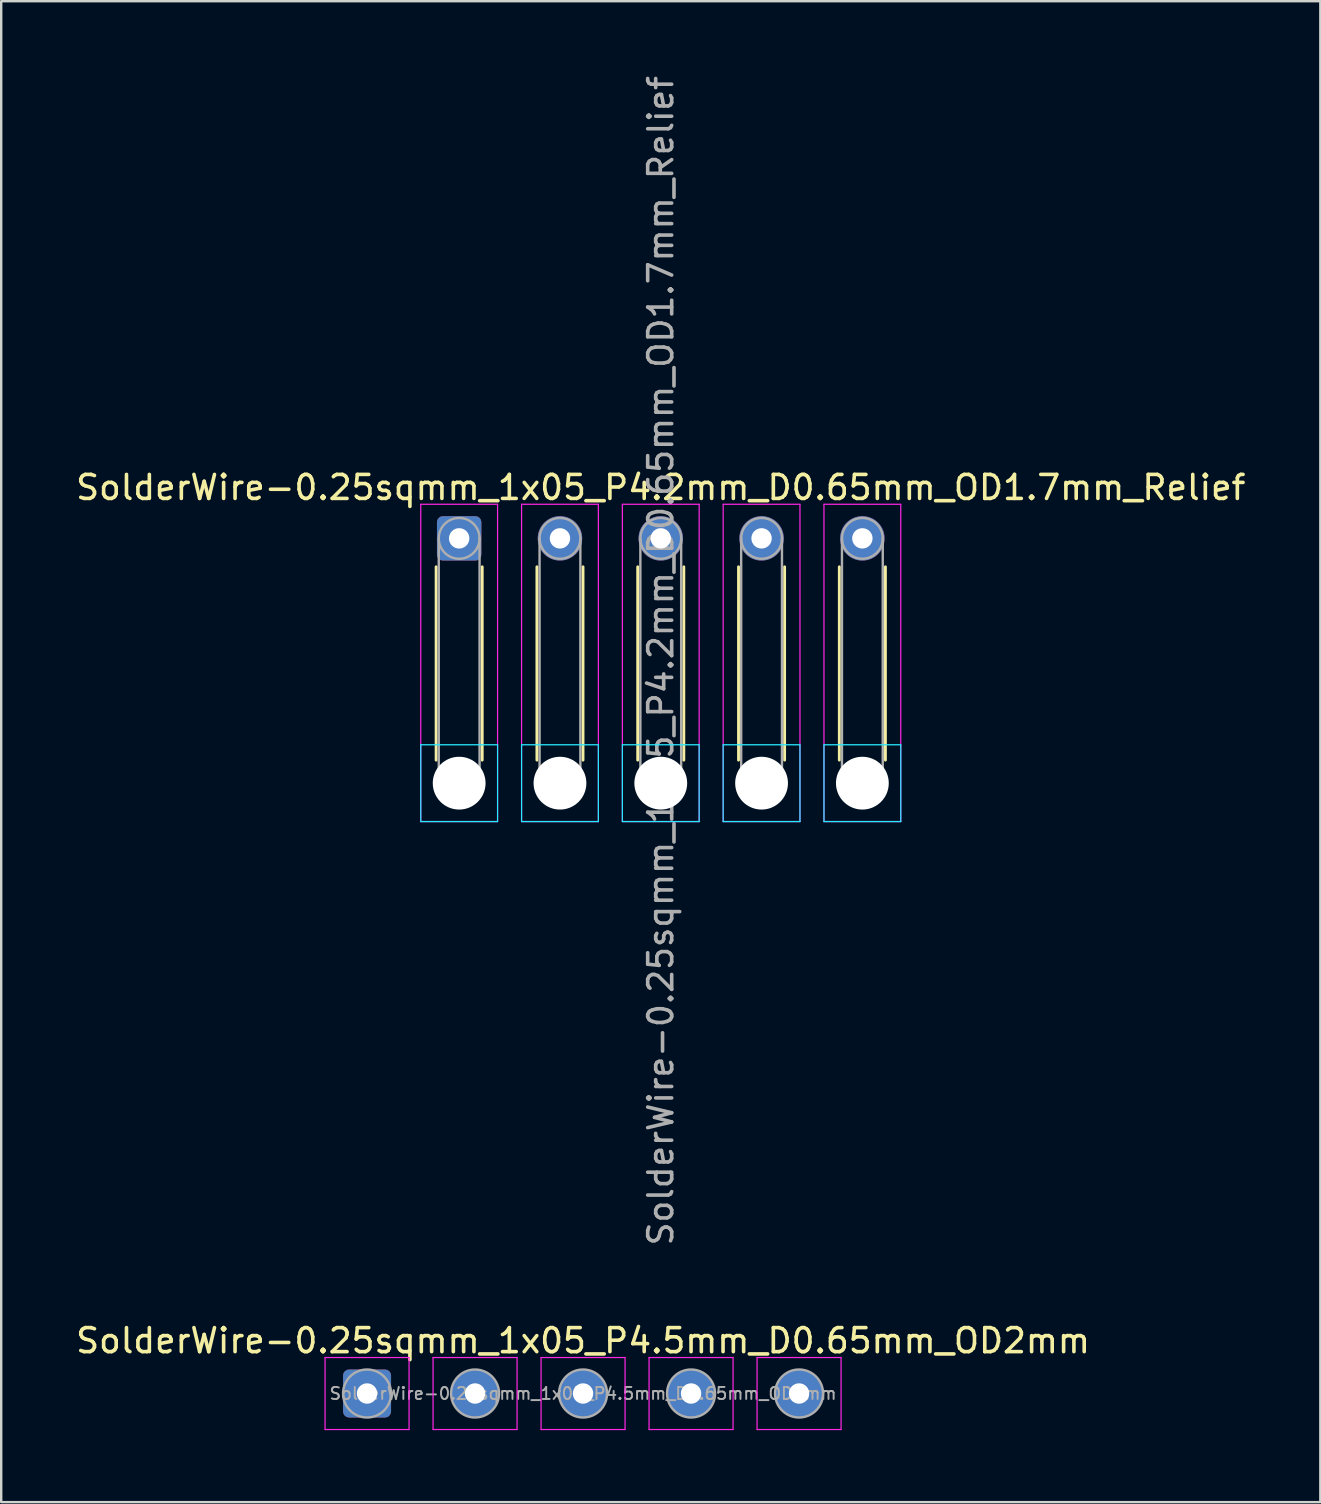
<source format=kicad_pcb>
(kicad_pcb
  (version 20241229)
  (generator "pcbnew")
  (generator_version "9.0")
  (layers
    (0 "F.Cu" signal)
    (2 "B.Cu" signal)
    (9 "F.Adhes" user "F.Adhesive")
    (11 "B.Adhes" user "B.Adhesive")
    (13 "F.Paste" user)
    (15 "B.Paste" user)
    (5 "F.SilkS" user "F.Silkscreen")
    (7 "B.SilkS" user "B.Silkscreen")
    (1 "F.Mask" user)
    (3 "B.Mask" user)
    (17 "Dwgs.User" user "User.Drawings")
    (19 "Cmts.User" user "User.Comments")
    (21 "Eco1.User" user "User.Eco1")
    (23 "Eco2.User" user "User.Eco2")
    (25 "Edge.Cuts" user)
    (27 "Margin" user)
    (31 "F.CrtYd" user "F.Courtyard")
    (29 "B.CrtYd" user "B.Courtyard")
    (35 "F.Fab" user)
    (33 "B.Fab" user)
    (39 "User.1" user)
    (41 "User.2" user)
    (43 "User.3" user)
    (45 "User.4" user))
  (footprint "SolderWire-0.25sqmm_1x05_P4.5mm_D0.65mm_OD2mm"
    (layer "F.Cu")
    (at 12.244 55.013)
    (property "Reference" "SolderWire-0.25sqmm_1x05_P4.5mm_D0.65mm_OD2mm" (at 9 -2.2 0) (layer "F.SilkS") (effects (font (size 1 1) (thickness 0.15))))
    (attr exclude_from_pos_files exclude_from_bom)
    (fp_line (start -1.75 -1.5) (end -1.75 1.5) (stroke (width 0.05) (type solid)) (layer "F.CrtYd"))
    (fp_line (start -1.75 1.5) (end 1.75 1.5) (stroke (width 0.05) (type solid)) (layer "F.CrtYd"))
    (fp_line (start 1.75 -1.5) (end -1.75 -1.5) (stroke (width 0.05) (type solid)) (layer "F.CrtYd"))
    (fp_line (start 1.75 1.5) (end 1.75 -1.5) (stroke (width 0.05) (type solid)) (layer "F.CrtYd"))
    (fp_line (start 2.75 -1.5) (end 2.75 1.5) (stroke (width 0.05) (type solid)) (layer "F.CrtYd"))
    (fp_line (start 2.75 1.5) (end 6.25 1.5) (stroke (width 0.05) (type solid)) (layer "F.CrtYd"))
    (fp_line (start 6.25 -1.5) (end 2.75 -1.5) (stroke (width 0.05) (type solid)) (layer "F.CrtYd"))
    (fp_line (start 6.25 1.5) (end 6.25 -1.5) (stroke (width 0.05) (type solid)) (layer "F.CrtYd"))
    (fp_line (start 7.25 -1.5) (end 7.25 1.5) (stroke (width 0.05) (type solid)) (layer "F.CrtYd"))
    (fp_line (start 7.25 1.5) (end 10.75 1.5) (stroke (width 0.05) (type solid)) (layer "F.CrtYd"))
    (fp_line (start 10.75 -1.5) (end 7.25 -1.5) (stroke (width 0.05) (type solid)) (layer "F.CrtYd"))
    (fp_line (start 10.75 1.5) (end 10.75 -1.5) (stroke (width 0.05) (type solid)) (layer "F.CrtYd"))
    (fp_line (start 11.75 -1.5) (end 11.75 1.5) (stroke (width 0.05) (type solid)) (layer "F.CrtYd"))
    (fp_line (start 11.75 1.5) (end 15.25 1.5) (stroke (width 0.05) (type solid)) (layer "F.CrtYd"))
    (fp_line (start 15.25 -1.5) (end 11.75 -1.5) (stroke (width 0.05) (type solid)) (layer "F.CrtYd"))
    (fp_line (start 15.25 1.5) (end 15.25 -1.5) (stroke (width 0.05) (type solid)) (layer "F.CrtYd"))
    (fp_line (start 16.25 -1.5) (end 16.25 1.5) (stroke (width 0.05) (type solid)) (layer "F.CrtYd"))
    (fp_line (start 16.25 1.5) (end 19.75 1.5) (stroke (width 0.05) (type solid)) (layer "F.CrtYd"))
    (fp_line (start 19.75 -1.5) (end 16.25 -1.5) (stroke (width 0.05) (type solid)) (layer "F.CrtYd"))
    (fp_line (start 19.75 1.5) (end 19.75 -1.5) (stroke (width 0.05) (type solid)) (layer "F.CrtYd"))
    (fp_circle (center 0 0) (end 1 0) (stroke (width 0.1) (type solid)) (fill no) (layer "F.Fab"))
    (fp_circle (center 4.5 0) (end 5.5 0) (stroke (width 0.1) (type solid)) (fill no) (layer "F.Fab"))
    (fp_circle (center 9 0) (end 10 0) (stroke (width 0.1) (type solid)) (fill no) (layer "F.Fab"))
    (fp_circle (center 13.5 0) (end 14.5 0) (stroke (width 0.1) (type solid)) (fill no) (layer "F.Fab"))
    (fp_circle (center 18 0) (end 19 0) (stroke (width 0.1) (type solid)) (fill no) (layer "F.Fab"))
    (fp_text user "${REFERENCE}" (at 9 0 0) (layer "F.Fab") (effects (font (size 0.5 0.5) (thickness 0.08))))
    (pad "1" thru_hole roundrect (at 0 0) (size 2 2) (drill 0.85) (layers "*.Cu" "*.Mask") (roundrect_rratio 0.125))
    (pad "2" thru_hole circle (at 4.5 0) (size 2 2) (drill 0.85) (layers "*.Cu" "*.Mask"))
    (pad "3" thru_hole circle (at 9 0) (size 2 2) (drill 0.85) (layers "*.Cu" "*.Mask"))
    (pad "4" thru_hole circle (at 13.5 0) (size 2 2) (drill 0.85) (layers "*.Cu" "*.Mask"))
    (pad "5" thru_hole circle (at 18 0) (size 2 2) (drill 0.85) (layers "*.Cu" "*.Mask")))
  (footprint "SolderWire-0.25sqmm_1x05_P4.2mm_D0.65mm_OD1.7mm_Relief"
    (layer "F.Cu")
    (at 16.082 19.382)
    (property "Reference" "SolderWire-0.25sqmm_1x05_P4.2mm_D0.65mm_OD1.7mm_Relief" (at 8.4 -2.12 0) (layer "F.SilkS") (effects (font (size 1 1) (thickness 0.15))))
    (attr exclude_from_pos_files exclude_from_bom)
    (fp_line (start -0.96 1.185) (end -0.96 9.24) (stroke (width 0.12) (type solid)) (layer "F.SilkS"))
    (fp_line (start 0.96 1.185) (end 0.96 9.24) (stroke (width 0.12) (type solid)) (layer "F.SilkS"))
    (fp_line (start 3.24 1.185) (end 3.24 9.24) (stroke (width 0.12) (type solid)) (layer "F.SilkS"))
    (fp_line (start 5.16 1.185) (end 5.16 9.24) (stroke (width 0.12) (type solid)) (layer "F.SilkS"))
    (fp_line (start 7.44 1.185) (end 7.44 9.24) (stroke (width 0.12) (type solid)) (layer "F.SilkS"))
    (fp_line (start 9.36 1.185) (end 9.36 9.24) (stroke (width 0.12) (type solid)) (layer "F.SilkS"))
    (fp_line (start 11.64 1.185) (end 11.64 9.24) (stroke (width 0.12) (type solid)) (layer "F.SilkS"))
    (fp_line (start 13.56 1.185) (end 13.56 9.24) (stroke (width 0.12) (type solid)) (layer "F.SilkS"))
    (fp_line (start 15.84 1.185) (end 15.84 9.24) (stroke (width 0.12) (type solid)) (layer "F.SilkS"))
    (fp_line (start 17.76 1.185) (end 17.76 9.24) (stroke (width 0.12) (type solid)) (layer "F.SilkS"))
    (fp_line (start -1.6 8.6) (end -1.6 11.8) (stroke (width 0.05) (type solid)) (layer "B.CrtYd"))
    (fp_line (start -1.6 11.8) (end 1.6 11.8) (stroke (width 0.05) (type solid)) (layer "B.CrtYd"))
    (fp_line (start 1.6 8.6) (end -1.6 8.6) (stroke (width 0.05) (type solid)) (layer "B.CrtYd"))
    (fp_line (start 1.6 11.8) (end 1.6 8.6) (stroke (width 0.05) (type solid)) (layer "B.CrtYd"))
    (fp_line (start 2.6 8.6) (end 2.6 11.8) (stroke (width 0.05) (type solid)) (layer "B.CrtYd"))
    (fp_line (start 2.6 11.8) (end 5.8 11.8) (stroke (width 0.05) (type solid)) (layer "B.CrtYd"))
    (fp_line (start 5.8 8.6) (end 2.6 8.6) (stroke (width 0.05) (type solid)) (layer "B.CrtYd"))
    (fp_line (start 5.8 11.8) (end 5.8 8.6) (stroke (width 0.05) (type solid)) (layer "B.CrtYd"))
    (fp_line (start 6.8 8.6) (end 6.8 11.8) (stroke (width 0.05) (type solid)) (layer "B.CrtYd"))
    (fp_line (start 6.8 11.8) (end 10 11.8) (stroke (width 0.05) (type solid)) (layer "B.CrtYd"))
    (fp_line (start 10 8.6) (end 6.8 8.6) (stroke (width 0.05) (type solid)) (layer "B.CrtYd"))
    (fp_line (start 10 11.8) (end 10 8.6) (stroke (width 0.05) (type solid)) (layer "B.CrtYd"))
    (fp_line (start 11 8.6) (end 11 11.8) (stroke (width 0.05) (type solid)) (layer "B.CrtYd"))
    (fp_line (start 11 11.8) (end 14.2 11.8) (stroke (width 0.05) (type solid)) (layer "B.CrtYd"))
    (fp_line (start 14.2 8.6) (end 11 8.6) (stroke (width 0.05) (type solid)) (layer "B.CrtYd"))
    (fp_line (start 14.2 11.8) (end 14.2 8.6) (stroke (width 0.05) (type solid)) (layer "B.CrtYd"))
    (fp_line (start 15.2 8.6) (end 15.2 11.8) (stroke (width 0.05) (type solid)) (layer "B.CrtYd"))
    (fp_line (start 15.2 11.8) (end 18.4 11.8) (stroke (width 0.05) (type solid)) (layer "B.CrtYd"))
    (fp_line (start 18.4 8.6) (end 15.2 8.6) (stroke (width 0.05) (type solid)) (layer "B.CrtYd"))
    (fp_line (start 18.4 11.8) (end 18.4 8.6) (stroke (width 0.05) (type solid)) (layer "B.CrtYd"))
    (fp_line (start -1.6 -1.42) (end -1.6 11.8) (stroke (width 0.05) (type solid)) (layer "F.CrtYd"))
    (fp_line (start -1.6 11.8) (end 1.6 11.8) (stroke (width 0.05) (type solid)) (layer "F.CrtYd"))
    (fp_line (start 1.6 -1.42) (end -1.6 -1.42) (stroke (width 0.05) (type solid)) (layer "F.CrtYd"))
    (fp_line (start 1.6 11.8) (end 1.6 -1.42) (stroke (width 0.05) (type solid)) (layer "F.CrtYd"))
    (fp_line (start 2.6 -1.42) (end 2.6 11.8) (stroke (width 0.05) (type solid)) (layer "F.CrtYd"))
    (fp_line (start 2.6 11.8) (end 5.8 11.8) (stroke (width 0.05) (type solid)) (layer "F.CrtYd"))
    (fp_line (start 5.8 -1.42) (end 2.6 -1.42) (stroke (width 0.05) (type solid)) (layer "F.CrtYd"))
    (fp_line (start 5.8 11.8) (end 5.8 -1.42) (stroke (width 0.05) (type solid)) (layer "F.CrtYd"))
    (fp_line (start 6.8 -1.42) (end 6.8 11.8) (stroke (width 0.05) (type solid)) (layer "F.CrtYd"))
    (fp_line (start 6.8 11.8) (end 10 11.8) (stroke (width 0.05) (type solid)) (layer "F.CrtYd"))
    (fp_line (start 10 -1.42) (end 6.8 -1.42) (stroke (width 0.05) (type solid)) (layer "F.CrtYd"))
    (fp_line (start 10 11.8) (end 10 -1.42) (stroke (width 0.05) (type solid)) (layer "F.CrtYd"))
    (fp_line (start 11 -1.42) (end 11 11.8) (stroke (width 0.05) (type solid)) (layer "F.CrtYd"))
    (fp_line (start 11 11.8) (end 14.2 11.8) (stroke (width 0.05) (type solid)) (layer "F.CrtYd"))
    (fp_line (start 14.2 -1.42) (end 11 -1.42) (stroke (width 0.05) (type solid)) (layer "F.CrtYd"))
    (fp_line (start 14.2 11.8) (end 14.2 -1.42) (stroke (width 0.05) (type solid)) (layer "F.CrtYd"))
    (fp_line (start 15.2 -1.42) (end 15.2 11.8) (stroke (width 0.05) (type solid)) (layer "F.CrtYd"))
    (fp_line (start 15.2 11.8) (end 18.4 11.8) (stroke (width 0.05) (type solid)) (layer "F.CrtYd"))
    (fp_line (start 18.4 -1.42) (end 15.2 -1.42) (stroke (width 0.05) (type solid)) (layer "F.CrtYd"))
    (fp_line (start 18.4 11.8) (end 18.4 -1.42) (stroke (width 0.05) (type solid)) (layer "F.CrtYd"))
    (fp_line (start -0.85 0) (end -0.85 10.2) (stroke (width 0.1) (type solid)) (layer "F.Fab"))
    (fp_line (start 0.85 0) (end 0.85 10.2) (stroke (width 0.1) (type solid)) (layer "F.Fab"))
    (fp_line (start 3.35 0) (end 3.35 10.2) (stroke (width 0.1) (type solid)) (layer "F.Fab"))
    (fp_line (start 5.05 0) (end 5.05 10.2) (stroke (width 0.1) (type solid)) (layer "F.Fab"))
    (fp_line (start 7.55 0) (end 7.55 10.2) (stroke (width 0.1) (type solid)) (layer "F.Fab"))
    (fp_line (start 9.25 0) (end 9.25 10.2) (stroke (width 0.1) (type solid)) (layer "F.Fab"))
    (fp_line (start 11.75 0) (end 11.75 10.2) (stroke (width 0.1) (type solid)) (layer "F.Fab"))
    (fp_line (start 13.45 0) (end 13.45 10.2) (stroke (width 0.1) (type solid)) (layer "F.Fab"))
    (fp_line (start 15.95 0) (end 15.95 10.2) (stroke (width 0.1) (type solid)) (layer "F.Fab"))
    (fp_line (start 17.65 0) (end 17.65 10.2) (stroke (width 0.1) (type solid)) (layer "F.Fab"))
    (fp_circle (center 0 0) (end 0.85 0) (stroke (width 0.1) (type solid)) (fill no) (layer "F.Fab"))
    (fp_circle (center 0 10.2) (end 0.85 10.2) (stroke (width 0.1) (type solid)) (fill no) (layer "F.Fab"))
    (fp_circle (center 4.2 0) (end 5.05 0) (stroke (width 0.1) (type solid)) (fill no) (layer "F.Fab"))
    (fp_circle (center 4.2 10.2) (end 5.05 10.2) (stroke (width 0.1) (type solid)) (fill no) (layer "F.Fab"))
    (fp_circle (center 8.4 0) (end 9.25 0) (stroke (width 0.1) (type solid)) (fill no) (layer "F.Fab"))
    (fp_circle (center 8.4 10.2) (end 9.25 10.2) (stroke (width 0.1) (type solid)) (fill no) (layer "F.Fab"))
    (fp_circle (center 12.6 0) (end 13.45 0) (stroke (width 0.1) (type solid)) (fill no) (layer "F.Fab"))
    (fp_circle (center 12.6 10.2) (end 13.45 10.2) (stroke (width 0.1) (type solid)) (fill no) (layer "F.Fab"))
    (fp_circle (center 16.8 0) (end 17.65 0) (stroke (width 0.1) (type solid)) (fill no) (layer "F.Fab"))
    (fp_circle (center 16.8 10.2) (end 17.65 10.2) (stroke (width 0.1) (type solid)) (fill no) (layer "F.Fab"))
    (fp_text user "${REFERENCE}" (at 8.4 5.1 90) (layer "F.Fab") (effects (font (size 1 1) (thickness 0.15))))
    (pad "" np_thru_hole circle (at 0 10.2) (size 2.2 2.2) (drill 2.2) (layers "*.Cu" "*.Mask"))
    (pad "" np_thru_hole circle (at 4.2 10.2) (size 2.2 2.2) (drill 2.2) (layers "*.Cu" "*.Mask"))
    (pad "" np_thru_hole circle (at 8.4 10.2) (size 2.2 2.2) (drill 2.2) (layers "*.Cu" "*.Mask"))
    (pad "" np_thru_hole circle (at 12.6 10.2) (size 2.2 2.2) (drill 2.2) (layers "*.Cu" "*.Mask"))
    (pad "" np_thru_hole circle (at 16.8 10.2) (size 2.2 2.2) (drill 2.2) (layers "*.Cu" "*.Mask"))
    (pad "1" thru_hole roundrect (at 0 0) (size 1.85 1.85) (drill 0.85) (layers "*.Cu" "*.Mask") (roundrect_rratio 0.135))
    (pad "2" thru_hole circle (at 4.2 0) (size 1.85 1.85) (drill 0.85) (layers "*.Cu" "*.Mask"))
    (pad "3" thru_hole circle (at 8.4 0) (size 1.85 1.85) (drill 0.85) (layers "*.Cu" "*.Mask"))
    (pad "4" thru_hole circle (at 12.6 0) (size 1.85 1.85) (drill 0.85) (layers "*.Cu" "*.Mask"))
    (pad "5" thru_hole circle (at 16.8 0) (size 1.85 1.85) (drill 0.85) (layers "*.Cu" "*.Mask")))
  (gr_rect
    (start -3 -3)
    (end 51.964 59.538)
    (stroke (width 0.1) (type default))
    (fill no)
    (layer "Edge.Cuts")))
</source>
